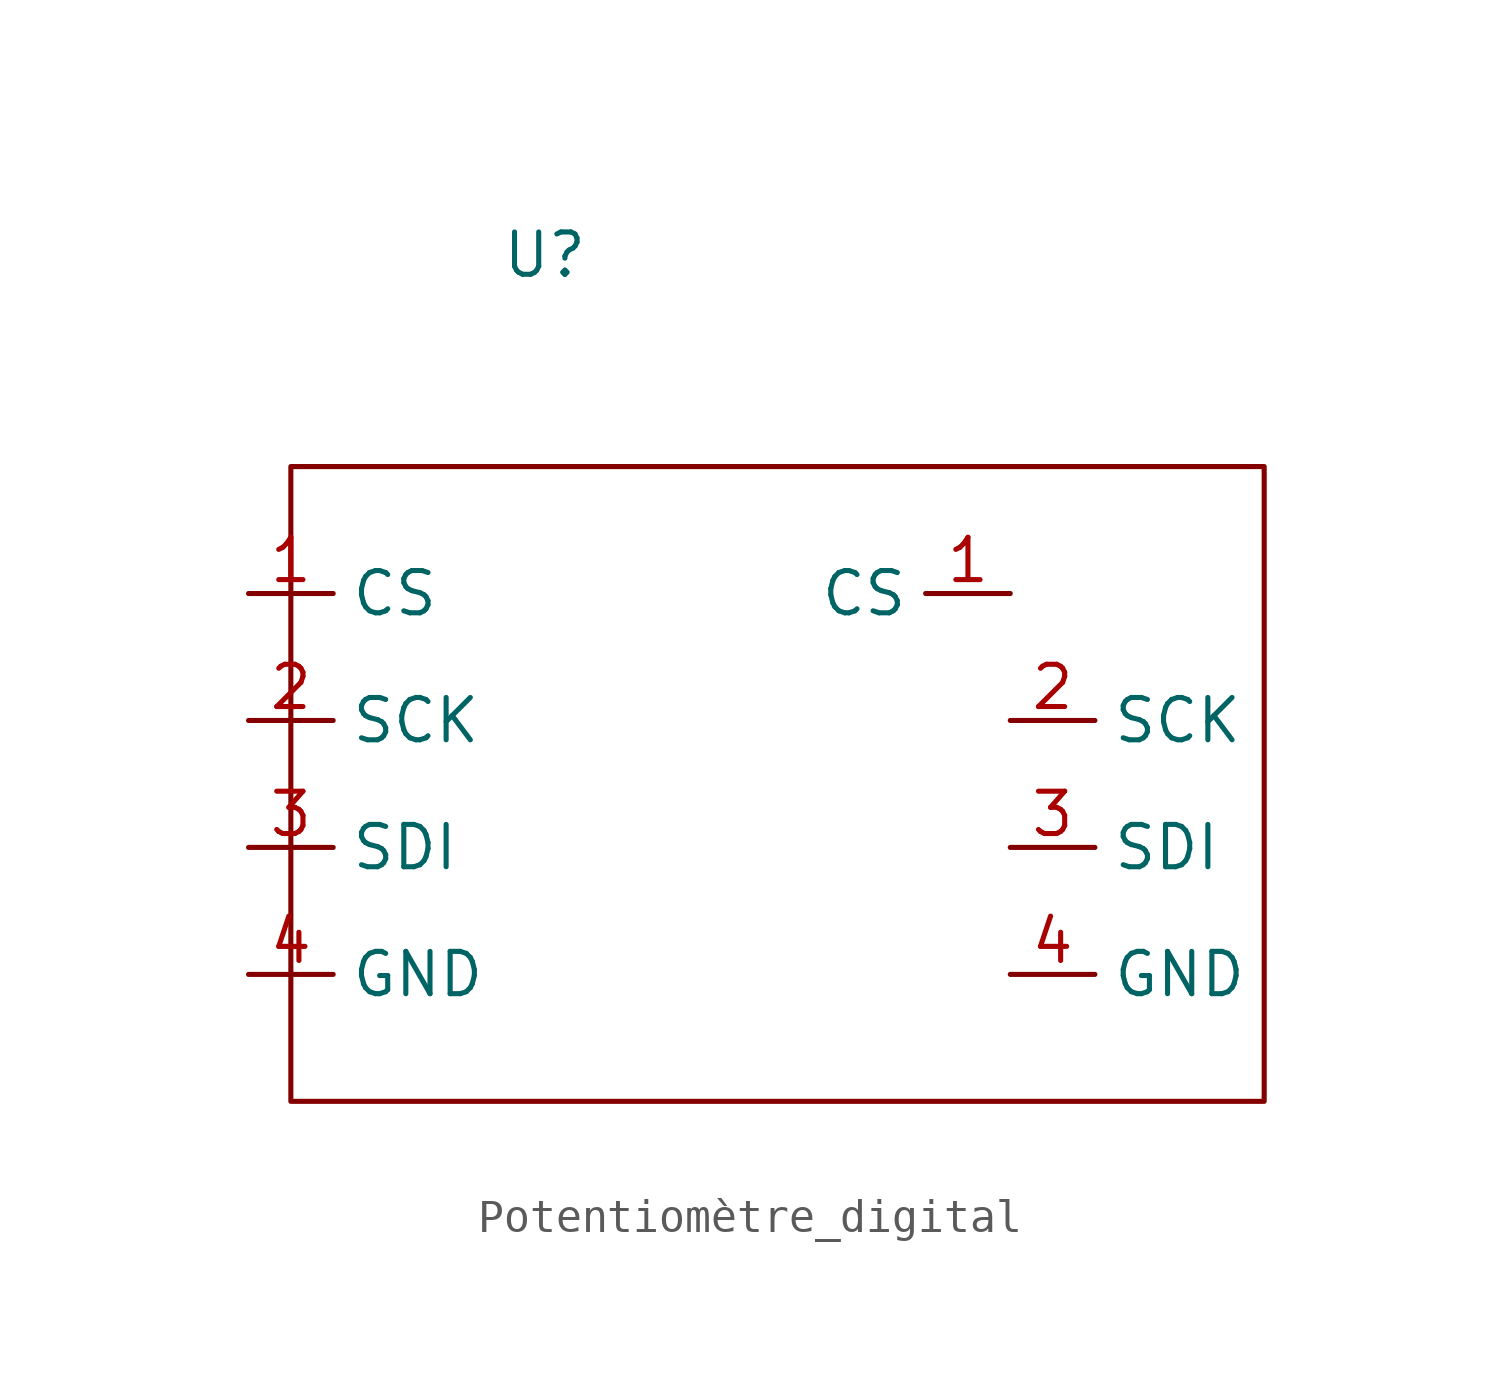
<source format=kicad_sym>
(kicad_symbol_lib
  (version 20241209)
  (generator "kicad_symbol_editor")
  (generator_version "9.0")
  (symbol "Potentiomètre_digital"
    (property "Reference" "U"
      (at 0 0 0)
      (effects (font (size 1.27 1.27))))
    (property "Value" ""
      (at 0 0 0)
      (effects (font (size 1.27 1.27))))
    (symbol "Potentiomètre_digital_0_1"
      (rectangle (start -7.62 -6.35) (end 21.59 -25.4) (stroke (width 0) (type default)) (fill (type none))))
    (symbol "Potentiomètre_digital_1_1"
      (pin output line (at -8.89 -10.16 0) (length 2.54) (name "CS" (effects (font (size 1.27 1.27)))) (number "1" (effects (font (size 1.27 1.27)))))
      (pin output line (at -8.89 -13.97 0) (length 2.54) (name "SCK" (effects (font (size 1.27 1.27)))) (number "2" (effects (font (size 1.27 1.27)))))
      (pin output line (at -8.89 -17.78 0) (length 2.54) (name "SDI" (effects (font (size 1.27 1.27)))) (number "3" (effects (font (size 1.27 1.27)))))
      (pin output line (at -8.89 -21.59 0) (length 2.54) (name "GND" (effects (font (size 1.27 1.27)))) (number "4" (effects (font (size 1.27 1.27)))))
      (pin output line (at 13.97 -10.16 180) (length 2.54) (name "CS" (effects (font (size 1.27 1.27)))) (number "1" (effects (font (size 1.27 1.27)))))
      (pin output line (at 13.97 -13.97 0) (length 2.54) (name "SCK" (effects (font (size 1.27 1.27)))) (number "2" (effects (font (size 1.27 1.27)))))
      (pin output line (at 13.97 -17.78 0) (length 2.54) (name "SDI" (effects (font (size 1.27 1.27)))) (number "3" (effects (font (size 1.27 1.27)))))
      (pin output line (at 13.97 -21.59 0) (length 2.54) (name "GND" (effects (font (size 1.27 1.27)))) (number "4" (effects (font (size 1.27 1.27))))))))
</source>
